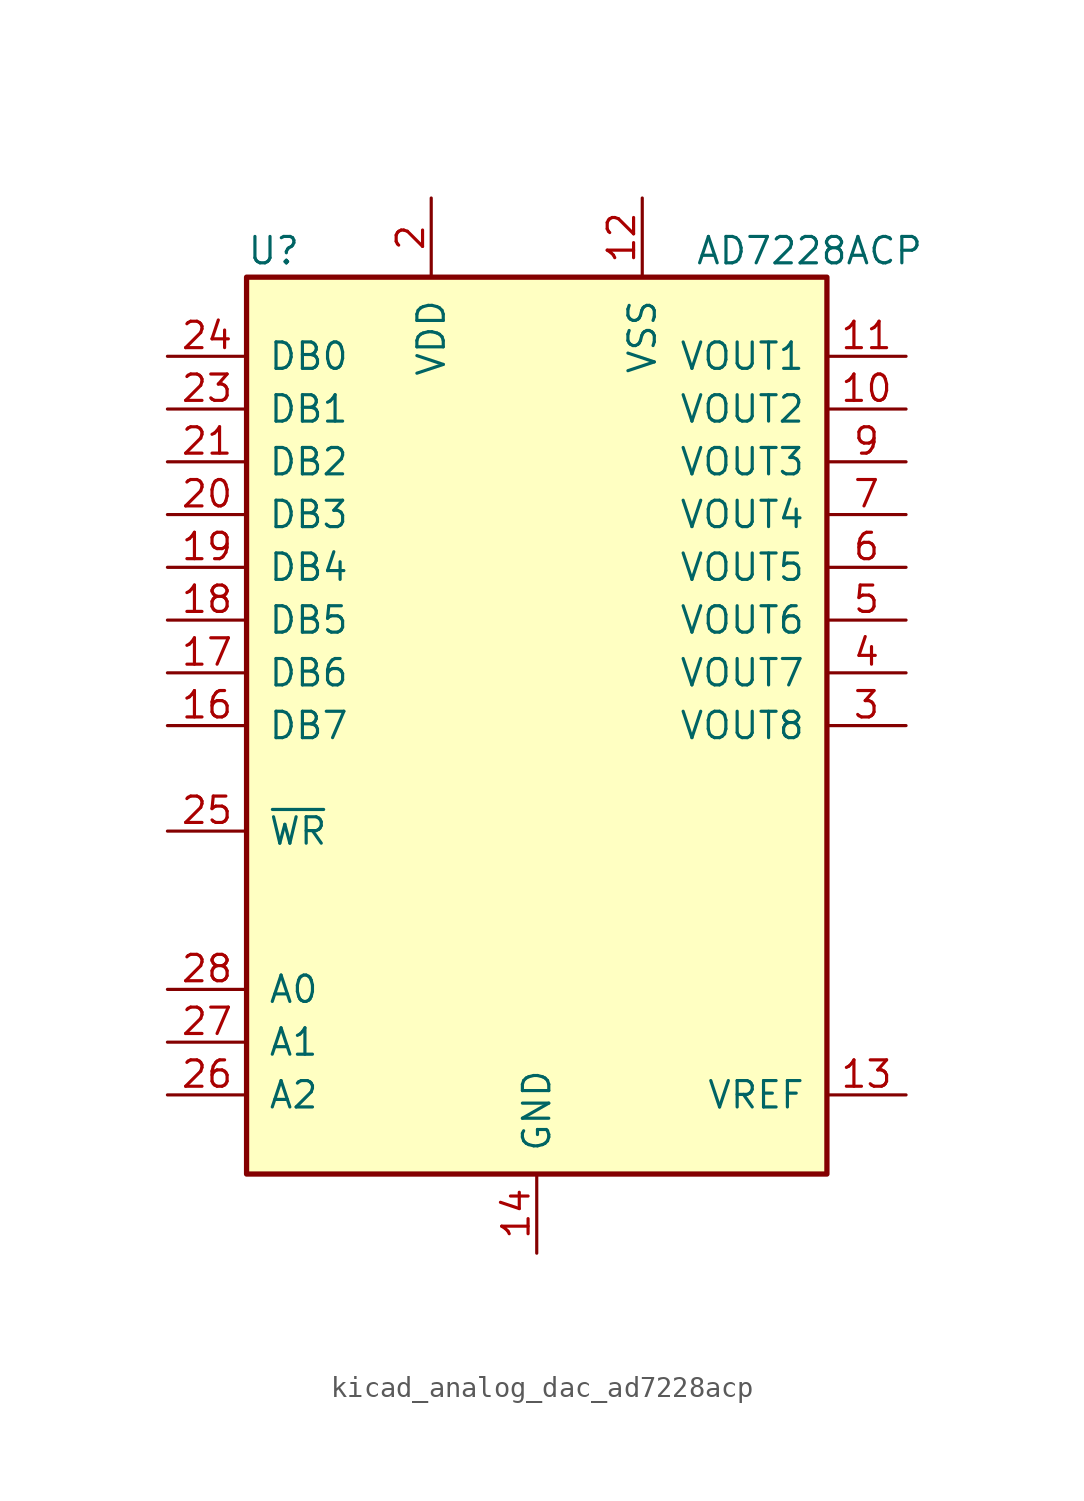
<source format=kicad_sym>
(kicad_symbol_lib
  (version 20220914)
  (generator kicad_symbol_editor)
  (symbol "kicad_analog_dac_ad7228acp"
    (pin_names
      (offset 1.016))
    (property "Reference" "U"
      (at -13.97 22.86 0)
      (effects (font (size 1.27 1.27)) (justify left)))
    (property "Value" "AD7228ACP"
      (at 7.62 22.86 0)
      (effects (font (size 1.27 1.27)) (justify left)))
    (symbol "kicad_analog_dac_ad7228acp_0_1"
      (rectangle (start -13.97 -21.59) (end 13.97 21.59) (stroke (width 0.254) (type default)) (fill (type background))))
    (symbol "kicad_analog_dac_ad7228acp_1_1"
      (pin output line (at 17.78 15.24 180) (length 3.81) (name "VOUT2" (effects (font (size 1.27 1.27)))) (number "10" (effects (font (size 1.27 1.27)))))
      (pin output line (at 17.78 17.78 180) (length 3.81) (name "VOUT1" (effects (font (size 1.27 1.27)))) (number "11" (effects (font (size 1.27 1.27)))))
      (pin power_in line (at 5.08 25.4 270) (length 3.81) (name "VSS" (effects (font (size 1.27 1.27)))) (number "12" (effects (font (size 1.27 1.27)))))
      (pin passive line (at 17.78 -17.78 180) (length 3.81) (name "VREF" (effects (font (size 1.27 1.27)))) (number "13" (effects (font (size 1.27 1.27)))))
      (pin power_in line (at 0 -25.4 90) (length 3.81) (name "GND" (effects (font (size 1.27 1.27)))) (number "14" (effects (font (size 1.27 1.27)))))
      (pin input line (at -17.78 0 0) (length 3.81) (name "DB7" (effects (font (size 1.27 1.27)))) (number "16" (effects (font (size 1.27 1.27)))))
      (pin input line (at -17.78 2.54 0) (length 3.81) (name "DB6" (effects (font (size 1.27 1.27)))) (number "17" (effects (font (size 1.27 1.27)))))
      (pin input line (at -17.78 5.08 0) (length 3.81) (name "DB5" (effects (font (size 1.27 1.27)))) (number "18" (effects (font (size 1.27 1.27)))))
      (pin input line (at -17.78 7.62 0) (length 3.81) (name "DB4" (effects (font (size 1.27 1.27)))) (number "19" (effects (font (size 1.27 1.27)))))
      (pin power_in line (at -5.08 25.4 270) (length 3.81) (name "VDD" (effects (font (size 1.27 1.27)))) (number "2" (effects (font (size 1.27 1.27)))))
      (pin input line (at -17.78 10.16 0) (length 3.81) (name "DB3" (effects (font (size 1.27 1.27)))) (number "20" (effects (font (size 1.27 1.27)))))
      (pin input line (at -17.78 12.7 0) (length 3.81) (name "DB2" (effects (font (size 1.27 1.27)))) (number "21" (effects (font (size 1.27 1.27)))))
      (pin input line (at -17.78 15.24 0) (length 3.81) (name "DB1" (effects (font (size 1.27 1.27)))) (number "23" (effects (font (size 1.27 1.27)))))
      (pin input line (at -17.78 17.78 0) (length 3.81) (name "DB0" (effects (font (size 1.27 1.27)))) (number "24" (effects (font (size 1.27 1.27)))))
      (pin input line (at -17.78 -5.08 0) (length 3.81) (name "~{WR}" (effects (font (size 1.27 1.27)))) (number "25" (effects (font (size 1.27 1.27)))))
      (pin input line (at -17.78 -17.78 0) (length 3.81) (name "A2" (effects (font (size 1.27 1.27)))) (number "26" (effects (font (size 1.27 1.27)))))
      (pin input line (at -17.78 -15.24 0) (length 3.81) (name "A1" (effects (font (size 1.27 1.27)))) (number "27" (effects (font (size 1.27 1.27)))))
      (pin input line (at -17.78 -12.7 0) (length 3.81) (name "A0" (effects (font (size 1.27 1.27)))) (number "28" (effects (font (size 1.27 1.27)))))
      (pin output line (at 17.78 0 180) (length 3.81) (name "VOUT8" (effects (font (size 1.27 1.27)))) (number "3" (effects (font (size 1.27 1.27)))))
      (pin output line (at 17.78 2.54 180) (length 3.81) (name "VOUT7" (effects (font (size 1.27 1.27)))) (number "4" (effects (font (size 1.27 1.27)))))
      (pin output line (at 17.78 5.08 180) (length 3.81) (name "VOUT6" (effects (font (size 1.27 1.27)))) (number "5" (effects (font (size 1.27 1.27)))))
      (pin output line (at 17.78 7.62 180) (length 3.81) (name "VOUT5" (effects (font (size 1.27 1.27)))) (number "6" (effects (font (size 1.27 1.27)))))
      (pin output line (at 17.78 10.16 180) (length 3.81) (name "VOUT4" (effects (font (size 1.27 1.27)))) (number "7" (effects (font (size 1.27 1.27)))))
      (pin output line (at 17.78 12.7 180) (length 3.81) (name "VOUT3" (effects (font (size 1.27 1.27)))) (number "9" (effects (font (size 1.27 1.27))))))))
</source>
